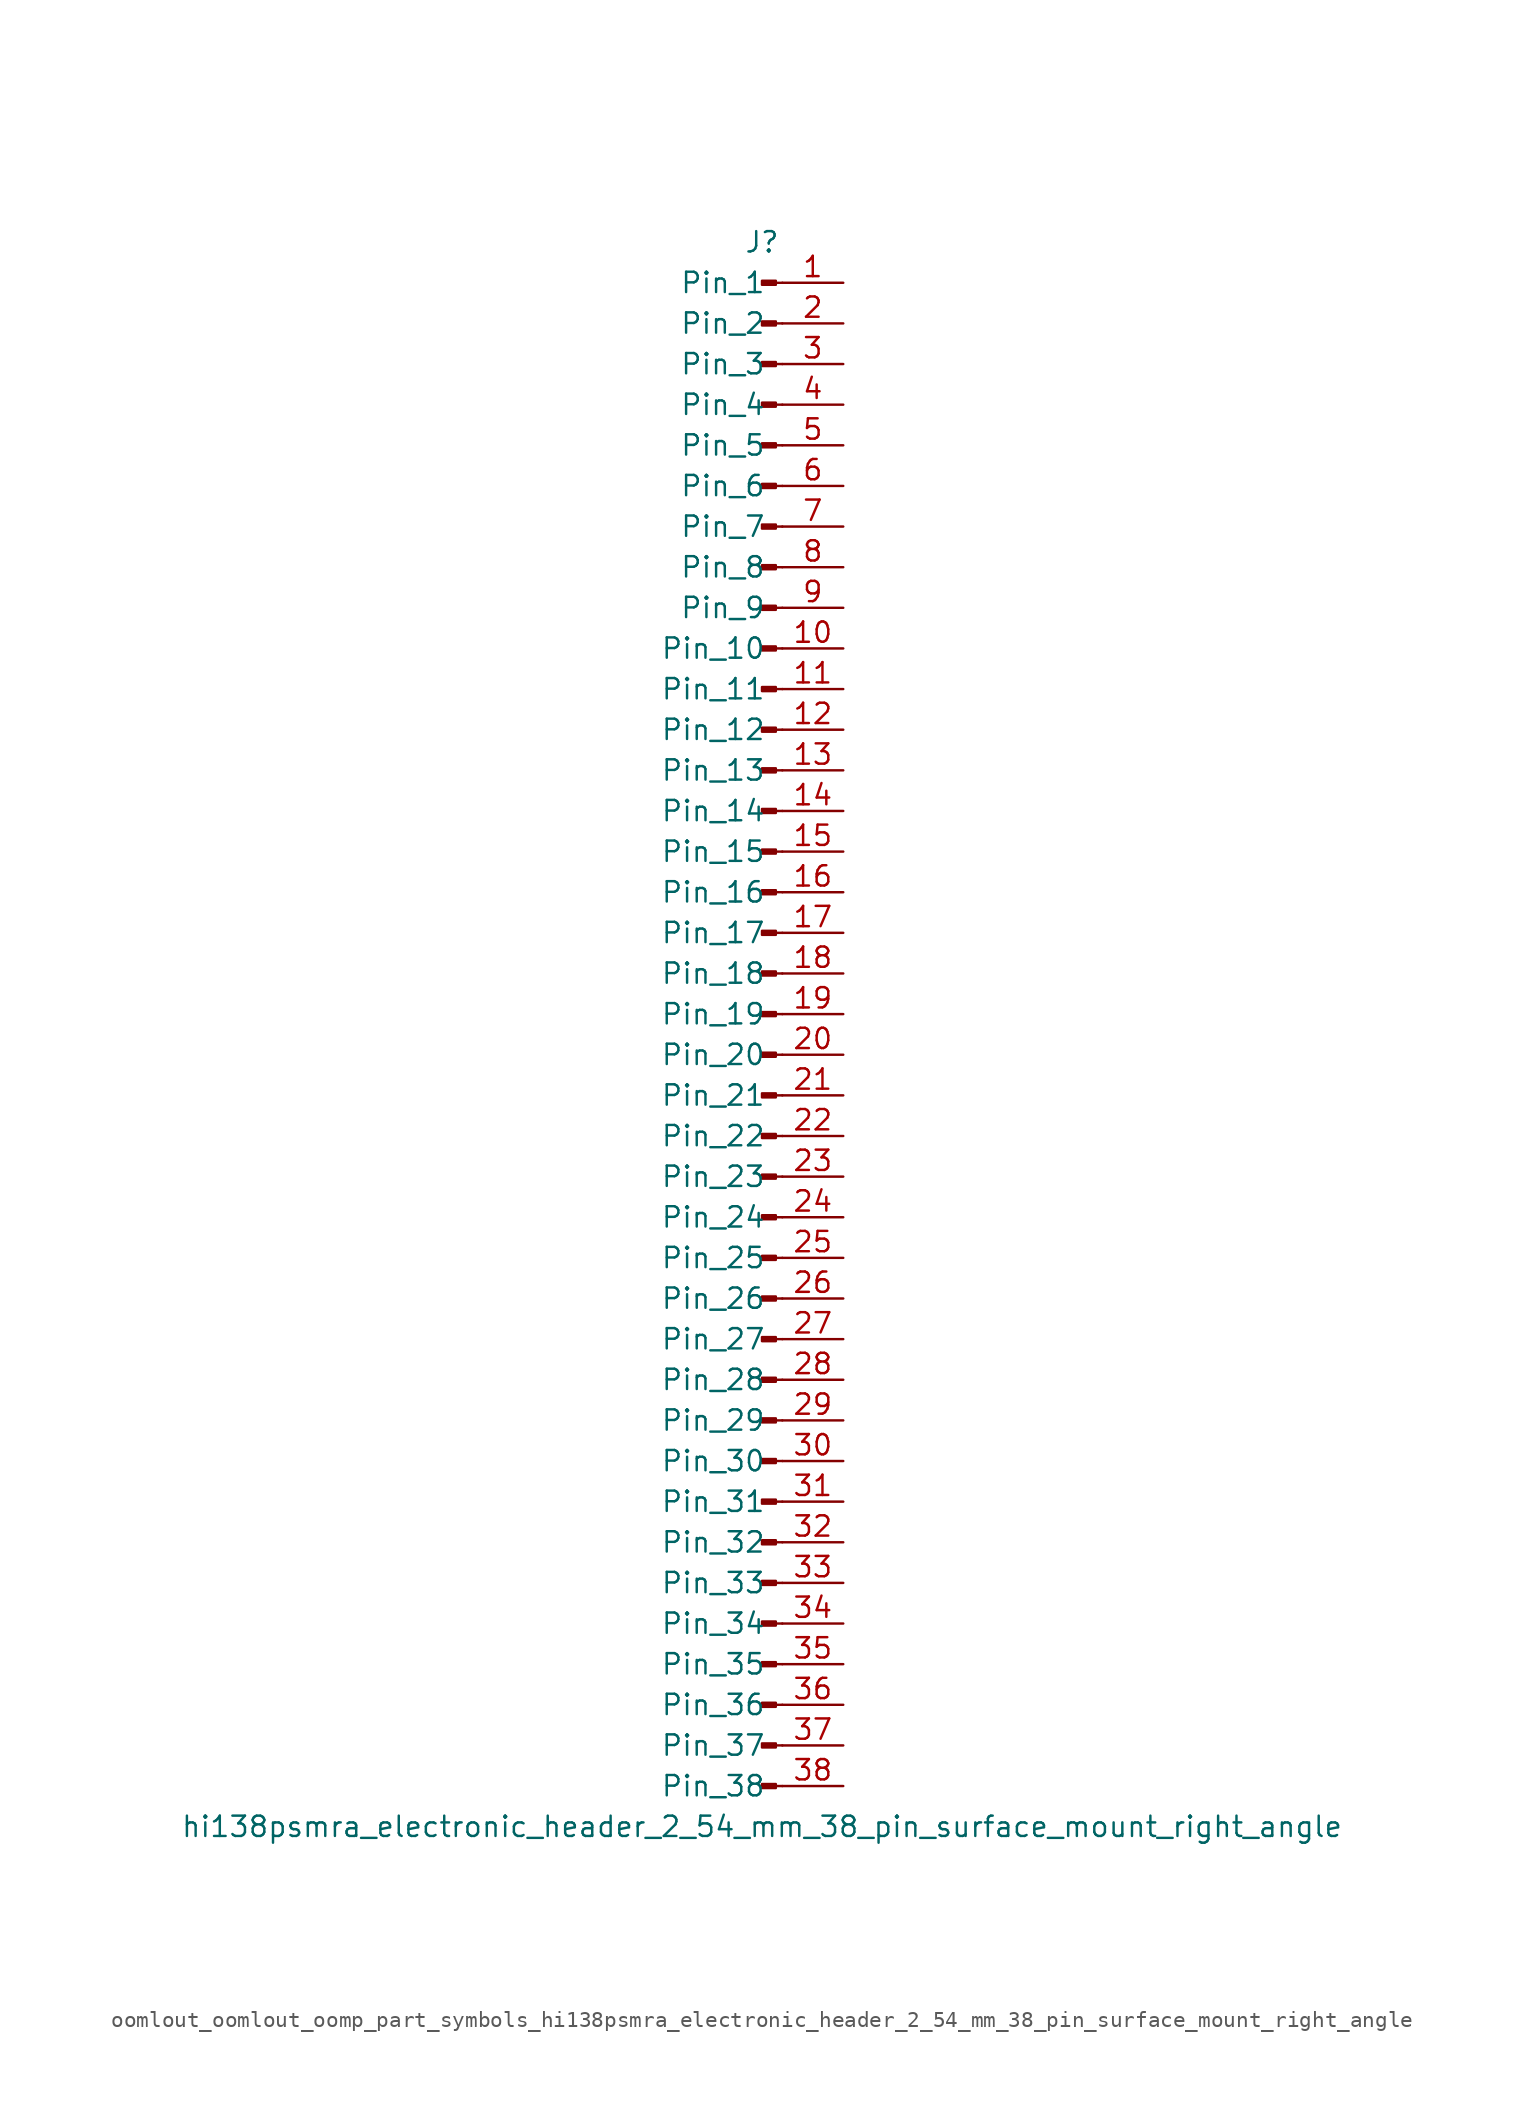
<source format=kicad_sym>
(kicad_symbol_lib
  (version 20220914)
  (generator kicad_symbol_editor)
  (symbol "oomlout_oomlout_oomp_part_symbols_hi138psmra_electronic_header_2_54_mm_38_pin_surface_mount_right_angle"
    (pin_names
      (offset 1.016))
    (property "Reference" "J"
      (at 0 48.26 0)
      (effects (font (size 1.27 1.27))))
    (property "Value" "hi138psmra_electronic_header_2_54_mm_38_pin_surface_mount_right_angle"
      (at 0 -50.8 0)
      (effects (font (size 1.27 1.27))))
    (property "ki_locked" ""
      (at 0 0 0)
      (effects (font (size 1.27 1.27))))
    (symbol "oomlout_oomlout_oomp_part_symbols_hi138psmra_electronic_header_2_54_mm_38_pin_surface_mount_right_angle_1_1"
      (polyline (pts (xy 1.27 -48.26) (xy 0.864 -48.26)) (stroke (width 0.152) (type default)) (fill (type none)))
      (polyline (pts (xy 1.27 -45.72) (xy 0.864 -45.72)) (stroke (width 0.152) (type default)) (fill (type none)))
      (polyline (pts (xy 1.27 -43.18) (xy 0.864 -43.18)) (stroke (width 0.152) (type default)) (fill (type none)))
      (polyline (pts (xy 1.27 -40.64) (xy 0.864 -40.64)) (stroke (width 0.152) (type default)) (fill (type none)))
      (polyline (pts (xy 1.27 -38.1) (xy 0.864 -38.1)) (stroke (width 0.152) (type default)) (fill (type none)))
      (polyline (pts (xy 1.27 -35.56) (xy 0.864 -35.56)) (stroke (width 0.152) (type default)) (fill (type none)))
      (polyline (pts (xy 1.27 -33.02) (xy 0.864 -33.02)) (stroke (width 0.152) (type default)) (fill (type none)))
      (polyline (pts (xy 1.27 -30.48) (xy 0.864 -30.48)) (stroke (width 0.152) (type default)) (fill (type none)))
      (polyline (pts (xy 1.27 -27.94) (xy 0.864 -27.94)) (stroke (width 0.152) (type default)) (fill (type none)))
      (polyline (pts (xy 1.27 -25.4) (xy 0.864 -25.4)) (stroke (width 0.152) (type default)) (fill (type none)))
      (polyline (pts (xy 1.27 -22.86) (xy 0.864 -22.86)) (stroke (width 0.152) (type default)) (fill (type none)))
      (polyline (pts (xy 1.27 -20.32) (xy 0.864 -20.32)) (stroke (width 0.152) (type default)) (fill (type none)))
      (polyline (pts (xy 1.27 -17.78) (xy 0.864 -17.78)) (stroke (width 0.152) (type default)) (fill (type none)))
      (polyline (pts (xy 1.27 -15.24) (xy 0.864 -15.24)) (stroke (width 0.152) (type default)) (fill (type none)))
      (polyline (pts (xy 1.27 -12.7) (xy 0.864 -12.7)) (stroke (width 0.152) (type default)) (fill (type none)))
      (polyline (pts (xy 1.27 -10.16) (xy 0.864 -10.16)) (stroke (width 0.152) (type default)) (fill (type none)))
      (polyline (pts (xy 1.27 -7.62) (xy 0.864 -7.62)) (stroke (width 0.152) (type default)) (fill (type none)))
      (polyline (pts (xy 1.27 -5.08) (xy 0.864 -5.08)) (stroke (width 0.152) (type default)) (fill (type none)))
      (polyline (pts (xy 1.27 -2.54) (xy 0.864 -2.54)) (stroke (width 0.152) (type default)) (fill (type none)))
      (polyline (pts (xy 1.27 0) (xy 0.864 0)) (stroke (width 0.152) (type default)) (fill (type none)))
      (polyline (pts (xy 1.27 2.54) (xy 0.864 2.54)) (stroke (width 0.152) (type default)) (fill (type none)))
      (polyline (pts (xy 1.27 5.08) (xy 0.864 5.08)) (stroke (width 0.152) (type default)) (fill (type none)))
      (polyline (pts (xy 1.27 7.62) (xy 0.864 7.62)) (stroke (width 0.152) (type default)) (fill (type none)))
      (polyline (pts (xy 1.27 10.16) (xy 0.864 10.16)) (stroke (width 0.152) (type default)) (fill (type none)))
      (polyline (pts (xy 1.27 12.7) (xy 0.864 12.7)) (stroke (width 0.152) (type default)) (fill (type none)))
      (polyline (pts (xy 1.27 15.24) (xy 0.864 15.24)) (stroke (width 0.152) (type default)) (fill (type none)))
      (polyline (pts (xy 1.27 17.78) (xy 0.864 17.78)) (stroke (width 0.152) (type default)) (fill (type none)))
      (polyline (pts (xy 1.27 20.32) (xy 0.864 20.32)) (stroke (width 0.152) (type default)) (fill (type none)))
      (polyline (pts (xy 1.27 22.86) (xy 0.864 22.86)) (stroke (width 0.152) (type default)) (fill (type none)))
      (polyline (pts (xy 1.27 25.4) (xy 0.864 25.4)) (stroke (width 0.152) (type default)) (fill (type none)))
      (polyline (pts (xy 1.27 27.94) (xy 0.864 27.94)) (stroke (width 0.152) (type default)) (fill (type none)))
      (polyline (pts (xy 1.27 30.48) (xy 0.864 30.48)) (stroke (width 0.152) (type default)) (fill (type none)))
      (polyline (pts (xy 1.27 33.02) (xy 0.864 33.02)) (stroke (width 0.152) (type default)) (fill (type none)))
      (polyline (pts (xy 1.27 35.56) (xy 0.864 35.56)) (stroke (width 0.152) (type default)) (fill (type none)))
      (polyline (pts (xy 1.27 38.1) (xy 0.864 38.1)) (stroke (width 0.152) (type default)) (fill (type none)))
      (polyline (pts (xy 1.27 40.64) (xy 0.864 40.64)) (stroke (width 0.152) (type default)) (fill (type none)))
      (polyline (pts (xy 1.27 43.18) (xy 0.864 43.18)) (stroke (width 0.152) (type default)) (fill (type none)))
      (polyline (pts (xy 1.27 45.72) (xy 0.864 45.72)) (stroke (width 0.152) (type default)) (fill (type none)))
      (rectangle (start 0.864 -48.133) (end 0 -48.387) (stroke (width 0.152) (type default)) (fill (type outline)))
      (rectangle (start 0.864 -45.593) (end 0 -45.847) (stroke (width 0.152) (type default)) (fill (type outline)))
      (rectangle (start 0.864 -43.053) (end 0 -43.307) (stroke (width 0.152) (type default)) (fill (type outline)))
      (rectangle (start 0.864 -40.513) (end 0 -40.767) (stroke (width 0.152) (type default)) (fill (type outline)))
      (rectangle (start 0.864 -37.973) (end 0 -38.227) (stroke (width 0.152) (type default)) (fill (type outline)))
      (rectangle (start 0.864 -35.433) (end 0 -35.687) (stroke (width 0.152) (type default)) (fill (type outline)))
      (rectangle (start 0.864 -32.893) (end 0 -33.147) (stroke (width 0.152) (type default)) (fill (type outline)))
      (rectangle (start 0.864 -30.353) (end 0 -30.607) (stroke (width 0.152) (type default)) (fill (type outline)))
      (rectangle (start 0.864 -27.813) (end 0 -28.067) (stroke (width 0.152) (type default)) (fill (type outline)))
      (rectangle (start 0.864 -25.273) (end 0 -25.527) (stroke (width 0.152) (type default)) (fill (type outline)))
      (rectangle (start 0.864 -22.733) (end 0 -22.987) (stroke (width 0.152) (type default)) (fill (type outline)))
      (rectangle (start 0.864 -20.193) (end 0 -20.447) (stroke (width 0.152) (type default)) (fill (type outline)))
      (rectangle (start 0.864 -17.653) (end 0 -17.907) (stroke (width 0.152) (type default)) (fill (type outline)))
      (rectangle (start 0.864 -15.113) (end 0 -15.367) (stroke (width 0.152) (type default)) (fill (type outline)))
      (rectangle (start 0.864 -12.573) (end 0 -12.827) (stroke (width 0.152) (type default)) (fill (type outline)))
      (rectangle (start 0.864 -10.033) (end 0 -10.287) (stroke (width 0.152) (type default)) (fill (type outline)))
      (rectangle (start 0.864 -7.493) (end 0 -7.747) (stroke (width 0.152) (type default)) (fill (type outline)))
      (rectangle (start 0.864 -4.953) (end 0 -5.207) (stroke (width 0.152) (type default)) (fill (type outline)))
      (rectangle (start 0.864 -2.413) (end 0 -2.667) (stroke (width 0.152) (type default)) (fill (type outline)))
      (rectangle (start 0.864 0.127) (end 0 -0.127) (stroke (width 0.152) (type default)) (fill (type outline)))
      (rectangle (start 0.864 2.667) (end 0 2.413) (stroke (width 0.152) (type default)) (fill (type outline)))
      (rectangle (start 0.864 5.207) (end 0 4.953) (stroke (width 0.152) (type default)) (fill (type outline)))
      (rectangle (start 0.864 7.747) (end 0 7.493) (stroke (width 0.152) (type default)) (fill (type outline)))
      (rectangle (start 0.864 10.287) (end 0 10.033) (stroke (width 0.152) (type default)) (fill (type outline)))
      (rectangle (start 0.864 12.827) (end 0 12.573) (stroke (width 0.152) (type default)) (fill (type outline)))
      (rectangle (start 0.864 15.367) (end 0 15.113) (stroke (width 0.152) (type default)) (fill (type outline)))
      (rectangle (start 0.864 17.907) (end 0 17.653) (stroke (width 0.152) (type default)) (fill (type outline)))
      (rectangle (start 0.864 20.447) (end 0 20.193) (stroke (width 0.152) (type default)) (fill (type outline)))
      (rectangle (start 0.864 22.987) (end 0 22.733) (stroke (width 0.152) (type default)) (fill (type outline)))
      (rectangle (start 0.864 25.527) (end 0 25.273) (stroke (width 0.152) (type default)) (fill (type outline)))
      (rectangle (start 0.864 28.067) (end 0 27.813) (stroke (width 0.152) (type default)) (fill (type outline)))
      (rectangle (start 0.864 30.607) (end 0 30.353) (stroke (width 0.152) (type default)) (fill (type outline)))
      (rectangle (start 0.864 33.147) (end 0 32.893) (stroke (width 0.152) (type default)) (fill (type outline)))
      (rectangle (start 0.864 35.687) (end 0 35.433) (stroke (width 0.152) (type default)) (fill (type outline)))
      (rectangle (start 0.864 38.227) (end 0 37.973) (stroke (width 0.152) (type default)) (fill (type outline)))
      (rectangle (start 0.864 40.767) (end 0 40.513) (stroke (width 0.152) (type default)) (fill (type outline)))
      (rectangle (start 0.864 43.307) (end 0 43.053) (stroke (width 0.152) (type default)) (fill (type outline)))
      (rectangle (start 0.864 45.847) (end 0 45.593) (stroke (width 0.152) (type default)) (fill (type outline)))
      (pin passive line (at 5.08 45.72 180) (length 3.81) (name "Pin_1" (effects (font (size 1.27 1.27)))) (number "1" (effects (font (size 1.27 1.27)))))
      (pin passive line (at 5.08 22.86 180) (length 3.81) (name "Pin_10" (effects (font (size 1.27 1.27)))) (number "10" (effects (font (size 1.27 1.27)))))
      (pin passive line (at 5.08 20.32 180) (length 3.81) (name "Pin_11" (effects (font (size 1.27 1.27)))) (number "11" (effects (font (size 1.27 1.27)))))
      (pin passive line (at 5.08 17.78 180) (length 3.81) (name "Pin_12" (effects (font (size 1.27 1.27)))) (number "12" (effects (font (size 1.27 1.27)))))
      (pin passive line (at 5.08 15.24 180) (length 3.81) (name "Pin_13" (effects (font (size 1.27 1.27)))) (number "13" (effects (font (size 1.27 1.27)))))
      (pin passive line (at 5.08 12.7 180) (length 3.81) (name "Pin_14" (effects (font (size 1.27 1.27)))) (number "14" (effects (font (size 1.27 1.27)))))
      (pin passive line (at 5.08 10.16 180) (length 3.81) (name "Pin_15" (effects (font (size 1.27 1.27)))) (number "15" (effects (font (size 1.27 1.27)))))
      (pin passive line (at 5.08 7.62 180) (length 3.81) (name "Pin_16" (effects (font (size 1.27 1.27)))) (number "16" (effects (font (size 1.27 1.27)))))
      (pin passive line (at 5.08 5.08 180) (length 3.81) (name "Pin_17" (effects (font (size 1.27 1.27)))) (number "17" (effects (font (size 1.27 1.27)))))
      (pin passive line (at 5.08 2.54 180) (length 3.81) (name "Pin_18" (effects (font (size 1.27 1.27)))) (number "18" (effects (font (size 1.27 1.27)))))
      (pin passive line (at 5.08 0 180) (length 3.81) (name "Pin_19" (effects (font (size 1.27 1.27)))) (number "19" (effects (font (size 1.27 1.27)))))
      (pin passive line (at 5.08 43.18 180) (length 3.81) (name "Pin_2" (effects (font (size 1.27 1.27)))) (number "2" (effects (font (size 1.27 1.27)))))
      (pin passive line (at 5.08 -2.54 180) (length 3.81) (name "Pin_20" (effects (font (size 1.27 1.27)))) (number "20" (effects (font (size 1.27 1.27)))))
      (pin passive line (at 5.08 -5.08 180) (length 3.81) (name "Pin_21" (effects (font (size 1.27 1.27)))) (number "21" (effects (font (size 1.27 1.27)))))
      (pin passive line (at 5.08 -7.62 180) (length 3.81) (name "Pin_22" (effects (font (size 1.27 1.27)))) (number "22" (effects (font (size 1.27 1.27)))))
      (pin passive line (at 5.08 -10.16 180) (length 3.81) (name "Pin_23" (effects (font (size 1.27 1.27)))) (number "23" (effects (font (size 1.27 1.27)))))
      (pin passive line (at 5.08 -12.7 180) (length 3.81) (name "Pin_24" (effects (font (size 1.27 1.27)))) (number "24" (effects (font (size 1.27 1.27)))))
      (pin passive line (at 5.08 -15.24 180) (length 3.81) (name "Pin_25" (effects (font (size 1.27 1.27)))) (number "25" (effects (font (size 1.27 1.27)))))
      (pin passive line (at 5.08 -17.78 180) (length 3.81) (name "Pin_26" (effects (font (size 1.27 1.27)))) (number "26" (effects (font (size 1.27 1.27)))))
      (pin passive line (at 5.08 -20.32 180) (length 3.81) (name "Pin_27" (effects (font (size 1.27 1.27)))) (number "27" (effects (font (size 1.27 1.27)))))
      (pin passive line (at 5.08 -22.86 180) (length 3.81) (name "Pin_28" (effects (font (size 1.27 1.27)))) (number "28" (effects (font (size 1.27 1.27)))))
      (pin passive line (at 5.08 -25.4 180) (length 3.81) (name "Pin_29" (effects (font (size 1.27 1.27)))) (number "29" (effects (font (size 1.27 1.27)))))
      (pin passive line (at 5.08 40.64 180) (length 3.81) (name "Pin_3" (effects (font (size 1.27 1.27)))) (number "3" (effects (font (size 1.27 1.27)))))
      (pin passive line (at 5.08 -27.94 180) (length 3.81) (name "Pin_30" (effects (font (size 1.27 1.27)))) (number "30" (effects (font (size 1.27 1.27)))))
      (pin passive line (at 5.08 -30.48 180) (length 3.81) (name "Pin_31" (effects (font (size 1.27 1.27)))) (number "31" (effects (font (size 1.27 1.27)))))
      (pin passive line (at 5.08 -33.02 180) (length 3.81) (name "Pin_32" (effects (font (size 1.27 1.27)))) (number "32" (effects (font (size 1.27 1.27)))))
      (pin passive line (at 5.08 -35.56 180) (length 3.81) (name "Pin_33" (effects (font (size 1.27 1.27)))) (number "33" (effects (font (size 1.27 1.27)))))
      (pin passive line (at 5.08 -38.1 180) (length 3.81) (name "Pin_34" (effects (font (size 1.27 1.27)))) (number "34" (effects (font (size 1.27 1.27)))))
      (pin passive line (at 5.08 -40.64 180) (length 3.81) (name "Pin_35" (effects (font (size 1.27 1.27)))) (number "35" (effects (font (size 1.27 1.27)))))
      (pin passive line (at 5.08 -43.18 180) (length 3.81) (name "Pin_36" (effects (font (size 1.27 1.27)))) (number "36" (effects (font (size 1.27 1.27)))))
      (pin passive line (at 5.08 -45.72 180) (length 3.81) (name "Pin_37" (effects (font (size 1.27 1.27)))) (number "37" (effects (font (size 1.27 1.27)))))
      (pin passive line (at 5.08 -48.26 180) (length 3.81) (name "Pin_38" (effects (font (size 1.27 1.27)))) (number "38" (effects (font (size 1.27 1.27)))))
      (pin passive line (at 5.08 38.1 180) (length 3.81) (name "Pin_4" (effects (font (size 1.27 1.27)))) (number "4" (effects (font (size 1.27 1.27)))))
      (pin passive line (at 5.08 35.56 180) (length 3.81) (name "Pin_5" (effects (font (size 1.27 1.27)))) (number "5" (effects (font (size 1.27 1.27)))))
      (pin passive line (at 5.08 33.02 180) (length 3.81) (name "Pin_6" (effects (font (size 1.27 1.27)))) (number "6" (effects (font (size 1.27 1.27)))))
      (pin passive line (at 5.08 30.48 180) (length 3.81) (name "Pin_7" (effects (font (size 1.27 1.27)))) (number "7" (effects (font (size 1.27 1.27)))))
      (pin passive line (at 5.08 27.94 180) (length 3.81) (name "Pin_8" (effects (font (size 1.27 1.27)))) (number "8" (effects (font (size 1.27 1.27)))))
      (pin passive line (at 5.08 25.4 180) (length 3.81) (name "Pin_9" (effects (font (size 1.27 1.27)))) (number "9" (effects (font (size 1.27 1.27))))))))
</source>
